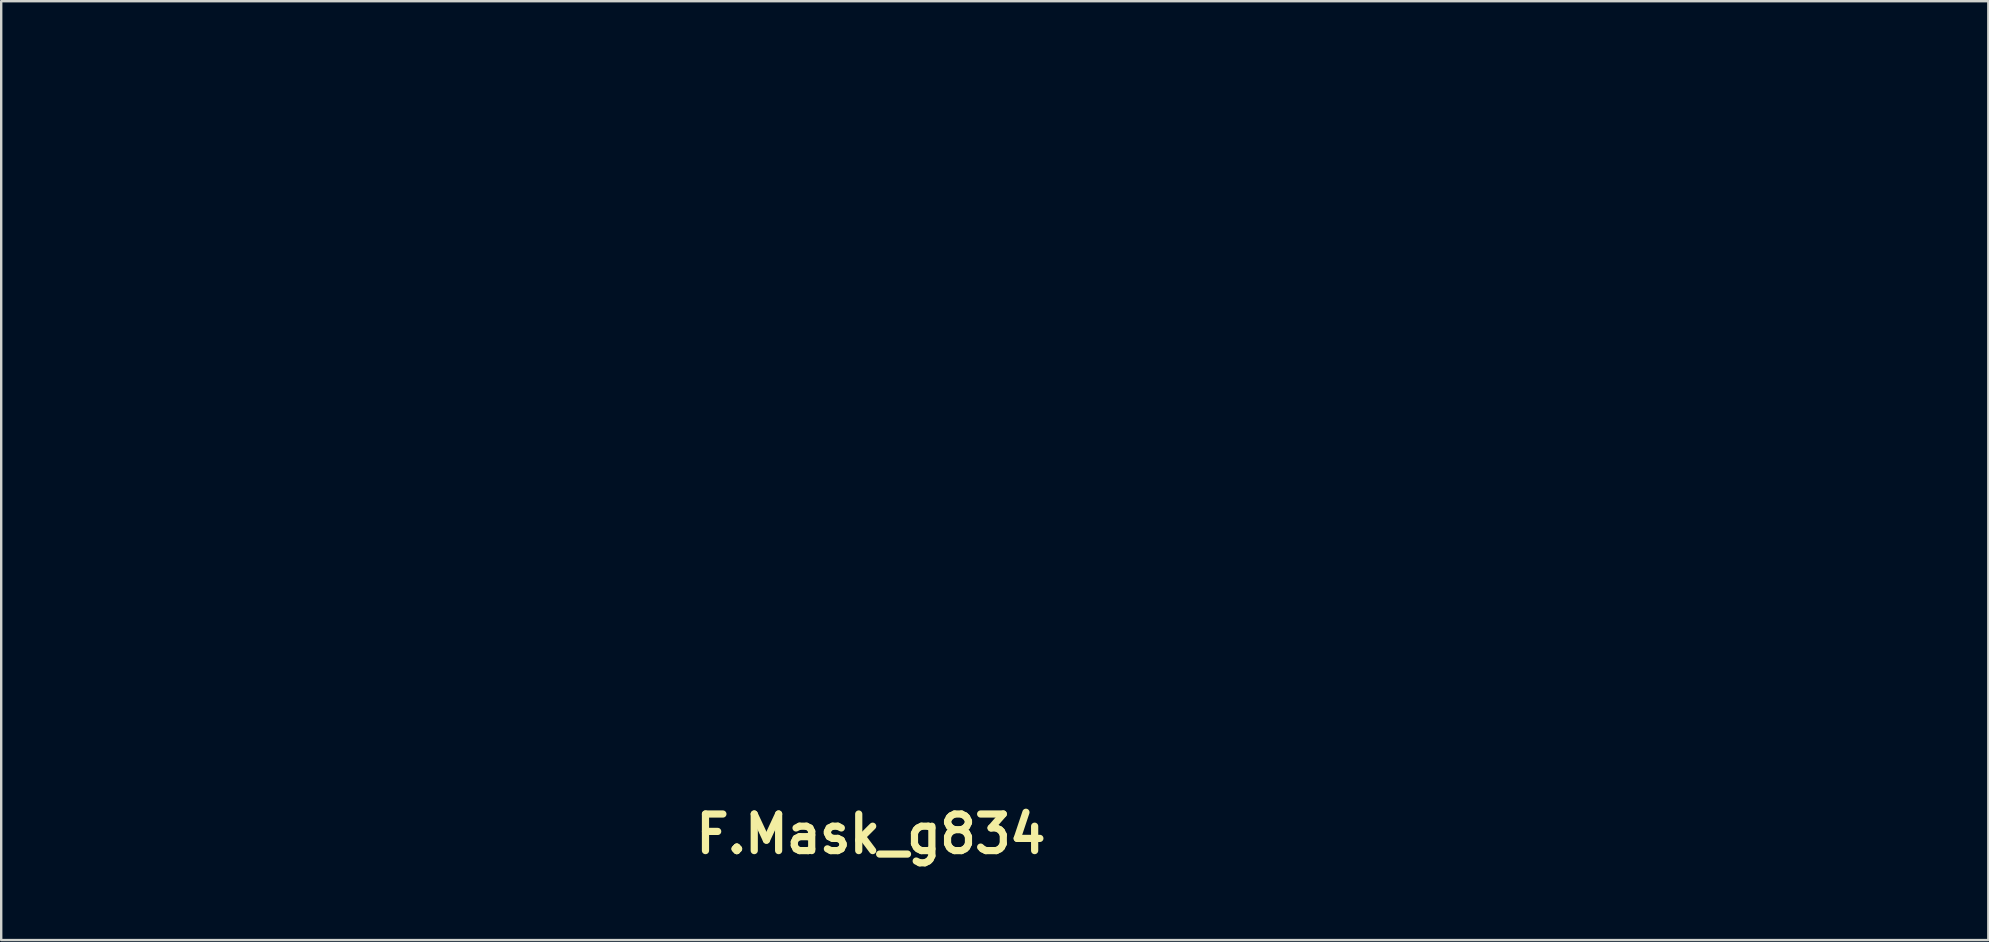
<source format=kicad_pcb>
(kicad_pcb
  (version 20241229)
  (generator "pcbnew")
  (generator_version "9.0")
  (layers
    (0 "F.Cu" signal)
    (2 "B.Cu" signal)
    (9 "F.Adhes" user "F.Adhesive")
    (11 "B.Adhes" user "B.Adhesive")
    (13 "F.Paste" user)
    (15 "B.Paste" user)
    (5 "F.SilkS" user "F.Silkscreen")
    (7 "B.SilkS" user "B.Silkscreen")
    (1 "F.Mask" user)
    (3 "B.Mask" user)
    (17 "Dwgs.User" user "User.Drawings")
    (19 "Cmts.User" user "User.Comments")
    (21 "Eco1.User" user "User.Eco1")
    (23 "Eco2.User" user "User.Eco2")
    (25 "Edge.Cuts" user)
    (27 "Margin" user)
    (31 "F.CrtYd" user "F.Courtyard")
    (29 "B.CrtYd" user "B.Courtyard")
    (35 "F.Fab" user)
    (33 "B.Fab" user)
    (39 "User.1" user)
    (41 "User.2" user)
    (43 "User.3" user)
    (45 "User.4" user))
  (footprint "F.Mask_g834"
    (layer "F.Cu")
    (at 33.241 31.704)
    (property "Reference" "F.Mask_g834" (at 0 0 0) (layer "F.SilkS") (effects (font (size 1.524 1.524) (thickness 0.3))))
    (attr through_hole)
    (fp_poly (pts (xy 40.321 -16.973) (xy 40.416 -16.924) (xy 40.559 -16.84) (xy 40.734 -16.732) (xy 40.935 -16.608) (xy 41.131 -16.489) (xy 41.3 -16.388) (xy 41.421 -16.317) (xy 41.423 -16.316) (xy 41.762 -16.102) (xy 42.087 -15.853) (xy 42.384 -15.583) (xy 42.639 -15.306) (xy 42.835 -15.036) (xy 42.915 -14.893) (xy 42.988 -14.738) (xy 43.049 -14.591) (xy 43.103 -14.438) (xy 43.155 -14.264) (xy 43.207 -14.054) (xy 43.265 -13.793) (xy 43.333 -13.466) (xy 43.349 -13.388) (xy 43.402 -13.129) (xy 43.451 -12.896) (xy 43.492 -12.701) (xy 43.523 -12.559) (xy 43.541 -12.484) (xy 43.543 -12.48) (xy 43.556 -12.438) (xy 43.555 -12.416) (xy 43.525 -12.418) (xy 43.454 -12.445) (xy 43.326 -12.5) (xy 43.222 -12.546) (xy 42.786 -12.748) (xy 42.413 -12.94) (xy 42.088 -13.135) (xy 41.793 -13.344) (xy 41.51 -13.578) (xy 41.221 -13.85) (xy 41.165 -13.906) (xy 40.822 -14.229) (xy 40.475 -14.513) (xy 40.139 -14.748) (xy 39.828 -14.922) (xy 39.771 -14.949) (xy 39.646 -14.996) (xy 39.527 -15.02) (xy 39.38 -15.024) (xy 39.233 -15.017) (xy 39.074 -15.008) (xy 38.978 -15.013) (xy 38.946 -15.037) (xy 38.982 -15.086) (xy 39.085 -15.167) (xy 39.257 -15.286) (xy 39.311 -15.322) (xy 39.569 -15.473) (xy 39.803 -15.568) (xy 39.861 -15.583) (xy 40.101 -15.637) (xy 39.989 -15.733) (xy 39.897 -15.803) (xy 39.76 -15.895) (xy 39.605 -15.991) (xy 39.592 -15.999) (xy 39.416 -16.103) (xy 39.301 -16.174) (xy 39.238 -16.224) (xy 39.216 -16.264) (xy 39.224 -16.305) (xy 39.252 -16.361) (xy 39.261 -16.377) (xy 39.309 -16.457) (xy 39.36 -16.496) (xy 39.436 -16.498) (xy 39.555 -16.462) (xy 39.691 -16.409) (xy 39.883 -16.332) (xy 40.007 -16.287) (xy 40.076 -16.275) (xy 40.101 -16.297) (xy 40.094 -16.354) (xy 40.066 -16.448) (xy 40.065 -16.452) (xy 40.022 -16.628) (xy 40.007 -16.77) (xy 40.02 -16.863) (xy 40.055 -16.891) (xy 40.122 -16.917) (xy 40.18 -16.96) (xy 40.216 -16.985) (xy 40.258 -16.991) (xy 40.321 -16.973)) (stroke (width 0.01) (type solid)) (fill yes) (layer "F.Mask"))
    (fp_poly (pts (xy -19.711 -29.65) (xy -19.67 -29.533) (xy -19.607 -29.349) (xy -19.524 -29.104) (xy -19.423 -28.804) (xy -19.307 -28.458) (xy -19.177 -28.07) (xy -19.037 -27.648) (xy -18.887 -27.198) (xy -18.731 -26.727) (xy -18.57 -26.242) (xy -18.406 -25.748) (xy -18.243 -25.253) (xy -18.081 -24.763) (xy -17.924 -24.285) (xy -17.773 -23.825) (xy -17.63 -23.39) (xy -17.498 -22.987) (xy -17.379 -22.621) (xy -17.276 -22.3) (xy -17.248 -22.214) (xy -17.244 -22.178) (xy -17.272 -22.156) (xy -17.346 -22.145) (xy -17.481 -22.141) (xy -17.586 -22.14) (xy -17.761 -22.142) (xy -17.872 -22.149) (xy -17.938 -22.168) (xy -17.977 -22.204) (xy -18.007 -22.257) (xy -18.033 -22.324) (xy -18.079 -22.461) (xy -18.143 -22.661) (xy -18.221 -22.911) (xy -18.311 -23.202) (xy -18.408 -23.524) (xy -18.501 -23.834) (xy -18.614 -24.213) (xy -18.734 -24.614) (xy -18.858 -25.028) (xy -18.984 -25.447) (xy -19.11 -25.863) (xy -19.234 -26.269) (xy -19.352 -26.656) (xy -19.462 -27.017) (xy -19.563 -27.343) (xy -19.65 -27.628) (xy -19.724 -27.861) (xy -19.779 -28.037) (xy -19.815 -28.147) (xy -19.829 -28.183) (xy -19.845 -28.148) (xy -19.88 -28.039) (xy -19.934 -27.864) (xy -20.003 -27.628) (xy -20.086 -27.34) (xy -20.18 -27.007) (xy -20.284 -26.636) (xy -20.395 -26.235) (xy -20.512 -25.81) (xy -20.632 -25.37) (xy -20.754 -24.922) (xy -20.874 -24.473) (xy -20.992 -24.03) (xy -21.016 -23.939) (xy -21.485 -22.162) (xy -21.792 -22.149) (xy -21.964 -22.147) (xy -22.063 -22.158) (xy -22.098 -22.185) (xy -22.098 -22.189) (xy -22.086 -22.235) (xy -22.051 -22.355) (xy -21.995 -22.541) (xy -21.92 -22.788) (xy -21.829 -23.088) (xy -21.724 -23.434) (xy -21.606 -23.819) (xy -21.478 -24.236) (xy -21.342 -24.678) (xy -21.201 -25.139) (xy -21.056 -25.611) (xy -20.909 -26.087) (xy -20.763 -26.561) (xy -20.62 -27.025) (xy -20.481 -27.472) (xy -20.35 -27.896) (xy -20.228 -28.29) (xy -20.117 -28.646) (xy -20.02 -28.958) (xy -19.938 -29.218) (xy -19.874 -29.421) (xy -19.83 -29.558) (xy -19.808 -29.622) (xy -19.766 -29.692) (xy -19.728 -29.693) (xy -19.711 -29.65)) (stroke (width 0.01) (type solid)) (fill yes) (layer "F.Mask"))
    (fp_poly (pts (xy -31.32 -29.53) (xy -30.983 -29.508) (xy -30.695 -29.471) (xy -30.444 -29.417) (xy -30.219 -29.344) (xy -30.008 -29.249) (xy -29.799 -29.131) (xy -29.726 -29.085) (xy -29.358 -28.806) (xy -29.049 -28.482) (xy -28.796 -28.107) (xy -28.595 -27.674) (xy -28.441 -27.175) (xy -28.4 -26.993) (xy -28.345 -26.645) (xy -28.313 -26.248) (xy -28.304 -25.829) (xy -28.318 -25.417) (xy -28.355 -25.038) (xy -28.394 -24.807) (xy -28.54 -24.262) (xy -28.732 -23.78) (xy -28.977 -23.351) (xy -29.279 -22.963) (xy -29.4 -22.834) (xy -29.593 -22.649) (xy -29.76 -22.513) (xy -29.927 -22.407) (xy -30.057 -22.341) (xy -30.426 -22.196) (xy -30.809 -22.099) (xy -31.176 -22.057) (xy -31.24 -22.056) (xy -31.381 -22.057) (xy -31.458 -22.069) (xy -31.489 -22.1) (xy -31.496 -22.159) (xy -31.496 -22.177) (xy -31.487 -22.314) (xy -31.47 -22.427) (xy -31.452 -22.496) (xy -31.417 -22.537) (xy -31.344 -22.561) (xy -31.214 -22.579) (xy -31.164 -22.585) (xy -30.727 -22.665) (xy -30.345 -22.807) (xy -30.013 -23.016) (xy -29.728 -23.293) (xy -29.484 -23.642) (xy -29.362 -23.876) (xy -29.229 -24.189) (xy -29.132 -24.5) (xy -29.066 -24.835) (xy -29.025 -25.214) (xy -29.01 -25.488) (xy -29.012 -26.113) (xy -29.069 -26.675) (xy -29.181 -27.177) (xy -29.35 -27.619) (xy -29.575 -28.005) (xy -29.843 -28.321) (xy -30.176 -28.605) (xy -30.536 -28.817) (xy -30.932 -28.96) (xy -31.373 -29.039) (xy -31.75 -29.058) (xy -32.031 -29.056) (xy -32.238 -29.047) (xy -32.384 -29.028) (xy -32.48 -28.996) (xy -32.537 -28.949) (xy -32.566 -28.884) (xy -32.57 -28.865) (xy -32.575 -28.803) (xy -32.579 -28.662) (xy -32.582 -28.451) (xy -32.586 -28.175) (xy -32.589 -27.842) (xy -32.591 -27.457) (xy -32.593 -27.029) (xy -32.595 -26.563) (xy -32.596 -26.067) (xy -32.597 -25.547) (xy -32.597 -25.437) (xy -32.597 -22.14) (xy -32.891 -22.14) (xy -33.04 -22.145) (xy -33.153 -22.158) (xy -33.206 -22.176) (xy -33.207 -22.177) (xy -33.21 -22.224) (xy -33.214 -22.349) (xy -33.217 -22.547) (xy -33.22 -22.811) (xy -33.223 -23.134) (xy -33.225 -23.512) (xy -33.228 -23.937) (xy -33.23 -24.404) (xy -33.231 -24.905) (xy -33.232 -25.436) (xy -33.233 -25.87) (xy -33.236 -29.527) (xy -32.188 -29.539) (xy -31.718 -29.54) (xy -31.32 -29.53)) (stroke (width 0.01) (type solid)) (fill yes) (layer "F.Mask"))
    (fp_poly (pts (xy -12.581 -29.63) (xy -12.072 -29.516) (xy -11.65 -29.372) (xy -11.425 -29.283) (xy -11.451 -29.003) (xy -11.468 -28.829) (xy -11.486 -28.664) (xy -11.499 -28.567) (xy -11.521 -28.412) (xy -11.736 -28.575) (xy -12.14 -28.829) (xy -12.573 -29.007) (xy -13.026 -29.106) (xy -13.491 -29.123) (xy -13.959 -29.059) (xy -14.03 -29.042) (xy -14.358 -28.937) (xy -14.63 -28.801) (xy -14.873 -28.616) (xy -15.03 -28.461) (xy -15.272 -28.159) (xy -15.464 -27.824) (xy -15.608 -27.446) (xy -15.707 -27.016) (xy -15.764 -26.524) (xy -15.779 -26.226) (xy -15.776 -25.666) (xy -15.729 -25.17) (xy -15.635 -24.723) (xy -15.493 -24.314) (xy -15.299 -23.931) (xy -15.235 -23.828) (xy -14.94 -23.431) (xy -14.614 -23.113) (xy -14.257 -22.873) (xy -13.868 -22.712) (xy -13.449 -22.63) (xy -12.998 -22.627) (xy -12.687 -22.667) (xy -12.444 -22.719) (xy -12.283 -22.773) (xy -12.213 -22.817) (xy -12.194 -22.845) (xy -12.179 -22.888) (xy -12.168 -22.954) (xy -12.16 -23.052) (xy -12.154 -23.19) (xy -12.152 -23.379) (xy -12.151 -23.625) (xy -12.153 -23.939) (xy -12.157 -24.329) (xy -12.157 -24.338) (xy -12.171 -25.781) (xy -11.843 -25.781) (xy -11.515 -25.781) (xy -11.506 -24.268) (xy -11.503 -23.825) (xy -11.501 -23.46) (xy -11.501 -23.164) (xy -11.501 -22.93) (xy -11.503 -22.751) (xy -11.506 -22.618) (xy -11.511 -22.523) (xy -11.517 -22.461) (xy -11.526 -22.422) (xy -11.537 -22.399) (xy -11.545 -22.39) (xy -11.596 -22.366) (xy -11.712 -22.324) (xy -11.877 -22.27) (xy -12.074 -22.209) (xy -12.107 -22.199) (xy -12.329 -22.136) (xy -12.507 -22.091) (xy -12.669 -22.062) (xy -12.84 -22.045) (xy -13.049 -22.035) (xy -13.25 -22.029) (xy -13.563 -22.027) (xy -13.806 -22.035) (xy -13.997 -22.055) (xy -14.115 -22.079) (xy -14.524 -22.221) (xy -14.923 -22.435) (xy -15.293 -22.708) (xy -15.616 -23.027) (xy -15.726 -23.162) (xy -15.988 -23.573) (xy -16.201 -24.04) (xy -16.364 -24.55) (xy -16.474 -25.09) (xy -16.531 -25.647) (xy -16.534 -26.206) (xy -16.481 -26.755) (xy -16.371 -27.28) (xy -16.203 -27.769) (xy -16.171 -27.842) (xy -15.963 -28.231) (xy -15.707 -28.596) (xy -15.418 -28.92) (xy -15.11 -29.187) (xy -14.895 -29.328) (xy -14.505 -29.504) (xy -14.066 -29.623) (xy -13.591 -29.684) (xy -13.091 -29.686) (xy -12.581 -29.63)) (stroke (width 0.01) (type solid)) (fill yes) (layer "F.Mask"))
    (fp_poly (pts (xy -25.814 -29.541) (xy -25.492 -29.537) (xy -25.243 -29.532) (xy -25.053 -29.526) (xy -24.912 -29.517) (xy -24.806 -29.504) (xy -24.723 -29.486) (xy -24.652 -29.461) (xy -24.58 -29.429) (xy -24.553 -29.417) (xy -24.261 -29.233) (xy -24.017 -28.983) (xy -23.823 -28.674) (xy -23.684 -28.312) (xy -23.602 -27.904) (xy -23.581 -27.538) (xy -23.612 -27.09) (xy -23.709 -26.681) (xy -23.878 -26.294) (xy -24.122 -25.916) (xy -24.237 -25.772) (xy -24.468 -25.493) (xy -23.976 -24.631) (xy -23.663 -24.094) (xy -23.38 -23.626) (xy -23.122 -23.223) (xy -22.886 -22.876) (xy -22.666 -22.579) (xy -22.609 -22.506) (xy -22.485 -22.345) (xy -22.412 -22.237) (xy -22.386 -22.171) (xy -22.399 -22.137) (xy -22.4 -22.136) (xy -22.499 -22.107) (xy -22.649 -22.098) (xy -22.818 -22.109) (xy -22.976 -22.138) (xy -23.072 -22.172) (xy -23.168 -22.247) (xy -23.296 -22.387) (xy -23.45 -22.581) (xy -23.623 -22.819) (xy -23.81 -23.092) (xy -24.002 -23.387) (xy -24.195 -23.696) (xy -24.382 -24.007) (xy -24.556 -24.311) (xy -24.71 -24.596) (xy -24.839 -24.853) (xy -24.936 -25.071) (xy -24.994 -25.239) (xy -25.007 -25.302) (xy -25.017 -25.464) (xy -24.992 -25.596) (xy -24.923 -25.722) (xy -24.799 -25.867) (xy -24.753 -25.915) (xy -24.528 -26.187) (xy -24.367 -26.488) (xy -24.267 -26.827) (xy -24.223 -27.216) (xy -24.224 -27.514) (xy -24.271 -27.924) (xy -24.373 -28.272) (xy -24.53 -28.558) (xy -24.742 -28.78) (xy -24.954 -28.913) (xy -25.092 -28.961) (xy -25.272 -28.999) (xy -25.475 -29.025) (xy -25.679 -29.039) (xy -25.866 -29.038) (xy -26.015 -29.023) (xy -26.106 -28.991) (xy -26.117 -28.981) (xy -26.128 -28.957) (xy -26.138 -28.911) (xy -26.145 -28.837) (xy -26.151 -28.729) (xy -26.156 -28.583) (xy -26.158 -28.392) (xy -26.16 -28.151) (xy -26.159 -27.854) (xy -26.157 -27.496) (xy -26.153 -27.071) (xy -26.149 -26.574) (xy -26.142 -25.998) (xy -26.141 -25.895) (xy -26.135 -25.387) (xy -26.129 -24.895) (xy -26.124 -24.428) (xy -26.119 -23.994) (xy -26.115 -23.6) (xy -26.111 -23.253) (xy -26.107 -22.963) (xy -26.105 -22.737) (xy -26.103 -22.581) (xy -26.102 -22.521) (xy -26.099 -22.162) (xy -26.811 -22.162) (xy -26.793 -23.22) (xy -26.788 -23.576) (xy -26.785 -23.978) (xy -26.782 -24.418) (xy -26.78 -24.884) (xy -26.779 -25.369) (xy -26.779 -25.861) (xy -26.78 -26.352) (xy -26.781 -26.832) (xy -26.784 -27.291) (xy -26.787 -27.719) (xy -26.791 -28.108) (xy -26.796 -28.447) (xy -26.802 -28.727) (xy -26.808 -28.938) (xy -26.812 -29.033) (xy -26.842 -29.555) (xy -25.814 -29.541)) (stroke (width 0.01) (type solid)) (fill yes) (layer "F.Mask"))
    (fp_poly (pts (xy -2.733 -31.696) (xy -2.688 -31.694) (xy -2.464 -31.675) (xy -2.21 -31.644) (xy -1.94 -31.605) (xy -1.666 -31.558) (xy -1.404 -31.508) (xy -1.167 -31.457) (xy -0.968 -31.408) (xy -0.822 -31.363) (xy -0.742 -31.324) (xy -0.734 -31.315) (xy -0.742 -31.288) (xy -0.798 -31.295) (xy -0.923 -31.301) (xy -1.101 -31.274) (xy -1.309 -31.22) (xy -1.526 -31.145) (xy -1.719 -31.06) (xy -2.196 -30.776) (xy -2.639 -30.427) (xy -3.037 -30.026) (xy -3.375 -29.586) (xy -3.552 -29.291) (xy -3.719 -28.928) (xy -3.816 -28.583) (xy -3.846 -28.238) (xy -3.842 -28.11) (xy -3.792 -27.779) (xy -3.684 -27.497) (xy -3.511 -27.247) (xy -3.487 -27.22) (xy -3.382 -27.114) (xy -3.266 -27.011) (xy -3.152 -26.923) (xy -3.056 -26.859) (xy -2.992 -26.83) (xy -2.974 -26.846) (xy -2.976 -26.854) (xy -3.02 -27.015) (xy -3.054 -27.226) (xy -3.075 -27.454) (xy -3.079 -27.666) (xy -3.073 -27.755) (xy -3.046 -28.025) (xy -3.227 -27.955) (xy -3.355 -27.897) (xy -3.459 -27.838) (xy -3.482 -27.821) (xy -3.54 -27.784) (xy -3.552 -27.809) (xy -3.518 -27.886) (xy -3.442 -28.01) (xy -3.44 -28.013) (xy -3.272 -28.215) (xy -3.076 -28.382) (xy -2.985 -28.439) (xy -2.913 -28.503) (xy -2.832 -28.61) (xy -2.8 -28.663) (xy -2.7 -28.84) (xy -2.812 -28.812) (xy -2.911 -28.802) (xy -3.061 -28.803) (xy -3.208 -28.814) (xy -3.493 -28.843) (xy -3.281 -28.941) (xy -3.061 -29.016) (xy -2.81 -29.042) (xy -2.794 -29.042) (xy -2.637 -29.048) (xy -2.531 -29.068) (xy -2.444 -29.115) (xy -2.36 -29.185) (xy -2.2 -29.326) (xy -2.338 -29.348) (xy -2.455 -29.373) (xy -2.613 -29.413) (xy -2.731 -29.446) (xy -2.864 -29.488) (xy -2.925 -29.515) (xy -2.924 -29.535) (xy -2.879 -29.552) (xy -2.723 -29.578) (xy -2.522 -29.586) (xy -2.31 -29.577) (xy -2.124 -29.552) (xy -2.039 -29.53) (xy -1.898 -29.493) (xy -1.771 -29.499) (xy -1.689 -29.52) (xy -1.512 -29.571) (xy -1.783 -29.713) (xy -2.053 -29.855) (xy -1.743 -29.831) (xy -1.542 -29.806) (xy -1.375 -29.759) (xy -1.197 -29.676) (xy -1.151 -29.651) (xy -0.988 -29.566) (xy -0.831 -29.49) (xy -0.713 -29.441) (xy -0.711 -29.44) (xy -0.554 -29.384) (xy -0.81 -29.689) (xy -0.928 -29.831) (xy -1.027 -29.958) (xy -1.093 -30.048) (xy -1.109 -30.072) (xy -1.112 -30.11) (xy -1.064 -30.103) (xy -0.978 -30.059) (xy -0.867 -29.987) (xy -0.747 -29.895) (xy -0.63 -29.792) (xy -0.597 -29.76) (xy -0.497 -29.662) (xy -0.444 -29.62) (xy -0.428 -29.63) (xy -0.435 -29.676) (xy -0.463 -29.814) (xy -0.484 -29.957) (xy -0.495 -30.084) (xy -0.496 -30.175) (xy -0.484 -30.208) (xy -0.478 -30.205) (xy -0.444 -30.156) (xy -0.374 -30.048) (xy -0.276 -29.892) (xy -0.158 -29.7) (xy -0.047 -29.517) (xy 0.343 -28.872) (xy 0.485 -28.057) (xy 0.528 -27.805) (xy 0.565 -27.584) (xy 0.592 -27.405) (xy 0.609 -27.282) (xy 0.614 -27.228) (xy 0.613 -27.227) (xy 0.58 -27.25) (xy 0.496 -27.324) (xy 0.372 -27.438) (xy 0.217 -27.585) (xy 0.065 -27.732) (xy -0.468 -28.251) (xy -0.62 -28.178) (xy -0.722 -28.138) (xy -0.787 -28.125) (xy -0.795 -28.129) (xy -0.788 -28.151) (xy -0.777 -28.152) (xy -0.702 -28.185) (xy -0.621 -28.265) (xy -0.563 -28.358) (xy -0.55 -28.411) (xy -0.559 -28.464) (xy -0.601 -28.483) (xy -0.699 -28.476) (xy -0.73 -28.472) (xy -0.91 -28.446) (xy -0.72 -28.542) (xy -0.579 -28.633) (xy -0.541 -28.694) (xy -0.131 -28.694) (xy -0.077 -28.599) (xy -0.028 -28.543) (xy 0.053 -28.46) (xy 0.105 -28.411) (xy 0.114 -28.406) (xy 0.124 -28.442) (xy 0.127 -28.508) (xy 0.1 -28.605) (xy 0.034 -28.719) (xy 0.012 -28.748) (xy -0.104 -28.885) (xy -0.13 -28.783) (xy -0.131 -28.694) (xy -0.541 -28.694) (xy -0.521 -28.728) (xy -0.542 -28.839) (xy -0.639 -28.975) (xy -0.834 -29.154) (xy -1.052 -29.263) (xy -1.312 -29.311) (xy -1.418 -29.315) (xy -1.598 -29.309) (xy -1.73 -29.285) (xy -1.85 -29.234) (xy -1.909 -29.202) (xy -2.148 -29.013) (xy -2.33 -28.762) (xy -2.455 -28.45) (xy -2.523 -28.079) (xy -2.529 -27.999) (xy -2.523 -27.611) (xy -2.455 -27.266) (xy -2.369 -27.051) (xy -2.272 -26.891) (xy -2.141 -26.733) (xy -1.965 -26.565) (xy -1.733 -26.378) (xy -1.498 -26.206) (xy -1.298 -26.062) (xy -1.104 -25.92) (xy -0.936 -25.794) (xy -0.813 -25.699) (xy -0.794 -25.684) (xy -0.678 -25.593) (xy -0.6 -25.55) (xy -0.532 -25.545) (xy -0.459 -25.565) (xy -0.328 -25.595) (xy -0.17 -25.609) (xy -0.019 -25.606) (xy 0.094 -25.586) (xy 0.119 -25.575) (xy 0.117 -25.543) (xy 0.054 -25.495) (xy -0.046 -25.443) (xy -0.164 -25.397) (xy -0.278 -25.365) (xy -0.344 -25.358) (xy -0.398 -25.353) (xy -0.403 -25.33) (xy -0.356 -25.272) (xy -0.301 -25.214) (xy -0.197 -25.123) (xy -0.09 -25.075) (xy 0.062 -25.053) (xy 0.063 -25.053) (xy 0.218 -25.026) (xy 0.358 -24.981) (xy 0.409 -24.955) (xy 0.529 -24.875) (xy 0.36 -24.839) (xy 0.219 -24.819) (xy 0.091 -24.817) (xy 0.074 -24.819) (xy -0.01 -24.828) (xy -0.042 -24.827) (xy -0.011 -24.723) (xy 0.07 -24.598) (xy 0.18 -24.482) (xy 0.224 -24.447) (xy 0.382 -24.306) (xy 0.524 -24.132) (xy 0.628 -23.957) (xy 0.658 -23.878) (xy 0.688 -23.775) (xy 0.553 -23.889) (xy 0.461 -23.96) (xy 0.395 -24) (xy 0.384 -24.003) (xy 0.334 -24.029) (xy 0.253 -24.094) (xy 0.239 -24.107) (xy 0.165 -24.172) (xy 0.134 -24.181) (xy 0.127 -24.137) (xy 0.127 -24.123) (xy 0.145 -24.045) (xy 0.192 -23.916) (xy 0.259 -23.763) (xy 0.273 -23.734) (xy 0.347 -23.567) (xy 0.408 -23.41) (xy 0.444 -23.292) (xy 0.446 -23.283) (xy 0.473 -23.135) (xy 0.399 -23.241) (xy 0.272 -23.407) (xy 0.169 -23.51) (xy 0.093 -23.546) (xy 0.05 -23.513) (xy 0.042 -23.456) (xy 0.014 -23.323) (xy -0.066 -23.15) (xy -0.184 -22.953) (xy -0.331 -22.75) (xy -0.495 -22.559) (xy -0.566 -22.487) (xy -0.785 -22.288) (xy -0.975 -22.149) (xy -1.16 -22.06) (xy -1.36 -22.011) (xy -1.598 -21.993) (xy -1.672 -21.992) (xy -1.87 -21.996) (xy -2.014 -22.01) (xy -2.135 -22.041) (xy -2.262 -22.095) (xy -2.296 -22.111) (xy -2.502 -22.23) (xy -2.684 -22.375) (xy -2.851 -22.558) (xy -3.011 -22.79) (xy -3.172 -23.081) (xy -3.342 -23.441) (xy -3.381 -23.529) (xy -3.554 -23.91) (xy -3.711 -24.217) (xy -3.857 -24.459) (xy -3.997 -24.644) (xy -4.138 -24.78) (xy -4.283 -24.875) (xy -4.528 -24.963) (xy -4.79 -24.993) (xy -5.046 -24.967) (xy -5.274 -24.884) (xy -5.403 -24.797) (xy -5.541 -24.659) (xy -5.637 -24.516) (xy -5.696 -24.348) (xy -5.727 -24.137) (xy -5.736 -23.862) (xy -5.736 -23.855) (xy -5.735 -23.649) (xy -5.728 -23.501) (xy -5.709 -23.384) (xy -5.673 -23.272) (xy -5.613 -23.138) (xy -5.555 -23.018) (xy -5.323 -22.627) (xy -5.122 -22.383) (xy -4.871 -22.119) (xy -4.861 -22.754) (xy -4.669 -22.352) (xy -4.578 -22.162) (xy -4.493 -21.979) (xy -4.425 -21.83) (xy -4.399 -21.77) (xy -4.321 -21.59) (xy -4.436 -21.595) (xy -4.524 -21.605) (xy -4.672 -21.63) (xy -4.858 -21.664) (xy -5.016 -21.696) (xy -5.224 -21.738) (xy -5.351 -21.77) (xy -5.402 -21.797) (xy -5.38 -21.828) (xy -5.287 -21.868) (xy -5.126 -21.926) (xy -5.116 -21.93) (xy -4.962 -21.985) (xy -5.299 -22.322) (xy -5.636 -22.659) (xy -5.813 -22.532) (xy -6.205 -22.298) (xy -6.627 -22.136) (xy -7.088 -22.044) (xy -7.593 -22.019) (xy -7.662 -22.021) (xy -7.881 -22.03) (xy -8.04 -22.044) (xy -8.163 -22.067) (xy -8.277 -22.104) (xy -8.405 -22.161) (xy -8.443 -22.179) (xy -8.755 -22.373) (xy -9.053 -22.64) (xy -9.329 -22.969) (xy -9.574 -23.349) (xy -9.78 -23.769) (xy -9.94 -24.217) (xy -9.969 -24.32) (xy -10.091 -24.914) (xy -10.15 -25.519) (xy -10.149 -26.017) (xy -9.447 -26.017) (xy -9.422 -25.444) (xy -9.349 -24.903) (xy -9.232 -24.404) (xy -9.073 -23.959) (xy -8.875 -23.578) (xy -8.831 -23.511) (xy -8.609 -23.232) (xy -8.349 -22.984) (xy -8.069 -22.783) (xy -7.79 -22.644) (xy -7.727 -22.623) (xy -7.494 -22.577) (xy -7.221 -22.566) (xy -6.943 -22.587) (xy -6.699 -22.641) (xy -6.659 -22.655) (xy -6.382 -22.781) (xy -6.137 -22.94) (xy -5.98 -23.08) (xy -5.918 -23.163) (xy -5.909 -23.247) (xy -5.927 -23.328) (xy -5.965 -23.559) (xy -5.967 -23.837) (xy -5.937 -24.135) (xy -5.878 -24.422) (xy -5.795 -24.673) (xy -5.738 -24.787) (xy -5.661 -24.896) (xy -5.553 -25.023) (xy -5.432 -25.149) (xy -5.314 -25.258) (xy -5.217 -25.333) (xy -5.161 -25.358) (xy -5.141 -25.397) (xy -5.13 -25.505) (xy -5.126 -25.666) (xy -5.129 -25.865) (xy -5.138 -26.086) (xy -5.153 -26.312) (xy -5.173 -26.53) (xy -5.197 -26.722) (xy -5.221 -26.861) (xy -5.361 -27.368) (xy -5.544 -27.822) (xy -5.703 -28.103) (xy -4.841 -28.103) (xy -4.744 -27.842) (xy -4.606 -27.41) (xy -4.502 -26.959) (xy -4.435 -26.512) (xy -4.409 -26.091) (xy -4.42 -25.8) (xy -4.447 -25.502) (xy -4.198 -25.451) (xy -3.933 -25.362) (xy -3.694 -25.207) (xy -3.467 -24.976) (xy -3.431 -24.932) (xy -3.373 -24.856) (xy -3.318 -24.774) (xy -3.259 -24.677) (xy -3.191 -24.555) (xy -3.111 -24.397) (xy -3.011 -24.194) (xy -2.888 -23.937) (xy -2.735 -23.614) (xy -2.696 -23.53) (xy -2.533 -23.21) (xy -2.377 -22.963) (xy -2.22 -22.779) (xy -2.053 -22.648) (xy -1.89 -22.567) (xy -1.695 -22.514) (xy -1.471 -22.486) (xy -1.251 -22.484) (xy -1.069 -22.511) (xy -1.029 -22.524) (xy -0.835 -22.641) (xy -0.672 -22.823) (xy -0.548 -23.058) (xy -0.466 -23.33) (xy -0.434 -23.625) (xy -0.457 -23.928) (xy -0.46 -23.945) (xy -0.504 -24.128) (xy -0.564 -24.311) (xy -0.611 -24.421) (xy -0.719 -24.584) (xy -0.885 -24.774) (xy -1.095 -24.978) (xy -1.335 -25.179) (xy -1.545 -25.335) (xy -1.733 -25.468) (xy -1.945 -25.618) (xy -2.134 -25.755) (xy -2.138 -25.757) (xy -2.318 -25.882) (xy -2.532 -26.023) (xy -2.743 -26.153) (xy -2.794 -26.183) (xy -3.145 -26.419) (xy -3.462 -26.692) (xy -3.735 -26.99) (xy -3.956 -27.303) (xy -4.117 -27.619) (xy -4.208 -27.926) (xy -4.222 -28.038) (xy -4.224 -28.229) (xy -4.205 -28.475) (xy -4.171 -28.749) (xy -4.124 -29.024) (xy -4.068 -29.275) (xy -4.041 -29.371) (xy -4.01 -29.487) (xy -3.995 -29.564) (xy -3.997 -29.58) (xy -4.027 -29.557) (xy -4.089 -29.472) (xy -4.175 -29.341) (xy -4.275 -29.177) (xy -4.383 -28.994) (xy -4.489 -28.806) (xy -4.586 -28.625) (xy -4.646 -28.506) (xy -4.841 -28.103) (xy -5.703 -28.103) (xy -5.767 -28.215) (xy -6.026 -28.541) (xy -6.183 -28.689) (xy -6.319 -28.804) (xy -6.568 -28.531) (xy -6.817 -28.258) (xy -6.647 -28.563) (xy -6.569 -28.706) (xy -6.509 -28.819) (xy -6.479 -28.883) (xy -6.477 -28.89) (xy -6.514 -28.928) (xy -6.61 -28.98) (xy -6.743 -29.036) (xy -6.891 -29.086) (xy -7.019 -29.12) (xy -7.399 -29.165) (xy -7.752 -29.13) (xy -8.081 -29.015) (xy -8.392 -28.817) (xy -8.54 -28.689) (xy -8.818 -28.37) (xy -9.047 -27.985) (xy -9.227 -27.541) (xy -9.355 -27.044) (xy -9.428 -26.499) (xy -9.447 -26.017) (xy -10.149 -26.017) (xy -10.148 -26.122) (xy -10.086 -26.712) (xy -9.965 -27.276) (xy -9.787 -27.803) (xy -9.553 -28.28) (xy -9.462 -28.427) (xy -9.242 -28.719) (xy -8.981 -28.995) (xy -8.7 -29.234) (xy -8.638 -29.275) (xy -5.792 -29.275) (xy -5.468 -28.934) (xy -5.319 -28.769) (xy -5.178 -28.599) (xy -5.065 -28.448) (xy -5.016 -28.373) (xy -4.946 -28.256) (xy -4.89 -28.176) (xy -4.866 -28.153) (xy -4.847 -28.19) (xy -4.814 -28.293) (xy -4.773 -28.443) (xy -4.748 -28.546) (xy -4.657 -28.861) (xy -4.535 -29.197) (xy -4.391 -29.535) (xy -4.234 -29.857) (xy -4.071 -30.144) (xy -3.913 -30.378) (xy -3.819 -30.491) (xy -3.756 -30.564) (xy -3.736 -30.605) (xy -3.74 -30.607) (xy -3.79 -30.59) (xy -3.895 -30.545) (xy -4.036 -30.48) (xy -4.076 -30.461) (xy -4.403 -30.286) (xy -4.763 -30.057) (xy -5.162 -29.769) (xy -5.396 -29.588) (xy -5.792 -29.275) (xy -8.638 -29.275) (xy -8.42 -29.416) (xy -8.366 -29.445) (xy -8.195 -29.534) (xy -8.076 -29.614) (xy -8.066 -29.624) (xy -7.895 -29.624) (xy -7.747 -29.657) (xy -7.638 -29.671) (xy -7.473 -29.682) (xy -7.281 -29.687) (xy -7.197 -29.687) (xy -6.963 -29.68) (xy -6.771 -29.656) (xy -6.581 -29.609) (xy -6.435 -29.562) (xy -6.075 -29.44) (xy -5.625 -29.908) (xy -5.433 -30.102) (xy -5.226 -30.301) (xy -5.026 -30.483) (xy -4.856 -30.628) (xy -4.828 -30.651) (xy -4.65 -30.786) (xy -4.466 -30.918) (xy -4.303 -31.027) (xy -4.241 -31.065) (xy -4.121 -31.137) (xy -4.07 -31.176) (xy -4.084 -31.187) (xy -4.128 -31.182) (xy -4.215 -31.167) (xy -4.367 -31.143) (xy -4.564 -31.113) (xy -4.786 -31.08) (xy -4.847 -31.071) (xy -5.296 -30.999) (xy -5.67 -30.926) (xy -5.979 -30.85) (xy -6.232 -30.768) (xy -6.409 -30.694) (xy -6.598 -30.594) (xy -6.82 -30.462) (xy -7.056 -30.311) (xy -7.285 -30.154) (xy -7.49 -30.003) (xy -7.652 -29.872) (xy -7.726 -29.802) (xy -7.895 -29.624) (xy -8.066 -29.624) (xy -7.981 -29.709) (xy -7.883 -29.842) (xy -7.855 -29.884) (xy -7.658 -30.142) (xy -7.41 -30.409) (xy -7.138 -30.659) (xy -6.868 -30.865) (xy -6.825 -30.894) (xy -6.428 -31.114) (xy -5.972 -31.304) (xy -5.481 -31.455) (xy -4.976 -31.56) (xy -4.868 -31.575) (xy -4.591 -31.608) (xy -4.271 -31.637) (xy -3.927 -31.662) (xy -3.581 -31.681) (xy -3.253 -31.694) (xy -2.964 -31.699) (xy -2.733 -31.696)) (stroke (width 0.01) (type solid)) (fill yes) (layer "F.Mask")))
  (gr_rect
    (start -3 -3)
    (end 79.802 36.122)
    (stroke (width 0.1) (type default))
    (fill no)
    (layer "Edge.Cuts")))
</source>
